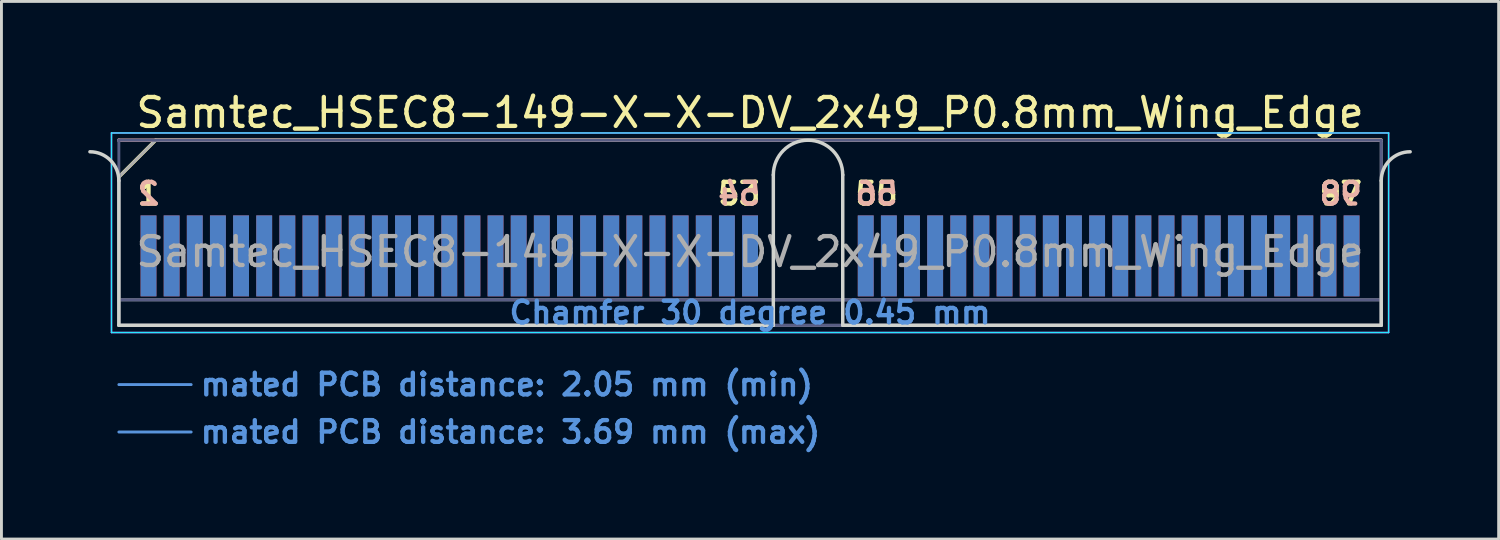
<source format=kicad_pcb>
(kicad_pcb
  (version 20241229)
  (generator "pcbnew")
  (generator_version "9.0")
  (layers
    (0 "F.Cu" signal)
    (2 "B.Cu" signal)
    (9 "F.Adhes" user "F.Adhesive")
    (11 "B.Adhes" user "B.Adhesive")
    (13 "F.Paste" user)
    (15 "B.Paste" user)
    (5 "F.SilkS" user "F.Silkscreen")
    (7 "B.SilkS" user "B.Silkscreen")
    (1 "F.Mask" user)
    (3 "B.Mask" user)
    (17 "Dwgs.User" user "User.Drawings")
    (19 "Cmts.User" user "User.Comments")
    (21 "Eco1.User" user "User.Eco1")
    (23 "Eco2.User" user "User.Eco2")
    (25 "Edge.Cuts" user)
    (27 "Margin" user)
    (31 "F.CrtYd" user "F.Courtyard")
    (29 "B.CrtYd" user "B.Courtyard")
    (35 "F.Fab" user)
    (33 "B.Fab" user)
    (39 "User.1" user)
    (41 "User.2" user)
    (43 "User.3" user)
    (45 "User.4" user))
  (footprint "Samtec_HSEC8-149-X-X-DV_2x49_P0.8mm_Wing_Edge"
    (layer "F.Cu")
    (at 22.885 8.198)
    (property "Reference" "Samtec_HSEC8-149-X-X-DV_2x49_P0.8mm_Wing_Edge" (at 0 -7.35 0) (layer "F.SilkS") (effects (font (size 1 1) (thickness 0.15))))
    (attr exclude_from_pos_files exclude_from_bom)
    (fp_line (start -21.825 -5.13) (end -20.555 -6.4) (stroke (width 0.12) (type solid)) (layer "F.SilkS"))
    (fp_line (start -20.555 -6.4) (end 21.825 -6.4) (stroke (width 0.12) (type solid)) (layer "F.SilkS"))
    (fp_line (start -21.825 -6.4) (end -21.825 -6.4) (stroke (width 0.12) (type solid)) (layer "B.SilkS"))
    (fp_line (start -21.825 -6.4) (end 21.825 -6.4) (stroke (width 0.12) (type solid)) (layer "B.SilkS"))
    (fp_line (start -21.825 2.05) (end -19.325 2.05) (stroke (width 0.1) (type solid)) (layer "Cmts.User"))
    (fp_line (start -21.825 3.69) (end -19.325 3.69) (stroke (width 0.1) (type solid)) (layer "Cmts.User"))
    (fp_line (start -21.825 -5) (end -21.825 0) (stroke (width 0.12) (type solid)) (layer "Edge.Cuts"))
    (fp_line (start -21.825 0) (end 0.805 0) (stroke (width 0.12) (type solid)) (layer "Edge.Cuts"))
    (fp_line (start 0.805 0) (end 0.805 -5.2) (stroke (width 0.12) (type solid)) (layer "Edge.Cuts"))
    (fp_line (start 3.205 -5.2) (end 3.205 0) (stroke (width 0.12) (type solid)) (layer "Edge.Cuts"))
    (fp_line (start 3.205 0) (end 21.825 0) (stroke (width 0.12) (type solid)) (layer "Edge.Cuts"))
    (fp_line (start 21.825 0) (end 21.825 -5) (stroke (width 0.12) (type solid)) (layer "Edge.Cuts"))
    (fp_arc (start -22.825 -6) (mid -22.117893 -5.707107) (end -21.825 -5) (stroke (width 0.12) (type solid)) (layer "Edge.Cuts"))
    (fp_arc (start 0.805 -5.2) (mid 2.005 -6.4) (end 3.205 -5.2) (stroke (width 0.12) (type solid)) (layer "Edge.Cuts"))
    (fp_arc (start 21.825 -5) (mid 22.117893 -5.707107) (end 22.825 -6) (stroke (width 0.12) (type solid)) (layer "Edge.Cuts"))
    (fp_line (start -22.08 -6.65) (end -22.08 0.25) (stroke (width 0.05) (type solid)) (layer "B.CrtYd"))
    (fp_line (start -22.08 0.25) (end 22.08 0.25) (stroke (width 0.05) (type solid)) (layer "B.CrtYd"))
    (fp_line (start 22.08 -6.65) (end -22.08 -6.65) (stroke (width 0.05) (type solid)) (layer "B.CrtYd"))
    (fp_line (start 22.08 0.25) (end 22.08 -6.65) (stroke (width 0.05) (type solid)) (layer "B.CrtYd"))
    (fp_line (start -22.08 -6.65) (end -22.08 0.25) (stroke (width 0.05) (type solid)) (layer "F.CrtYd"))
    (fp_line (start -22.08 0.25) (end 22.08 0.25) (stroke (width 0.05) (type solid)) (layer "F.CrtYd"))
    (fp_line (start 22.08 -6.65) (end -22.08 -6.65) (stroke (width 0.05) (type solid)) (layer "F.CrtYd"))
    (fp_line (start 22.08 0.25) (end 22.08 -6.65) (stroke (width 0.05) (type solid)) (layer "F.CrtYd"))
    (fp_line (start -21.825 -6.4) (end -21.825 -6.4) (stroke (width 0.1) (type solid)) (layer "B.Fab"))
    (fp_line (start -21.825 -6.4) (end -21.825 0) (stroke (width 0.1) (type solid)) (layer "B.Fab"))
    (fp_line (start -21.825 -6.4) (end 21.825 -6.4) (stroke (width 0.1) (type solid)) (layer "B.Fab"))
    (fp_line (start -21.825 -0.88) (end 21.825 -0.88) (stroke (width 0.1) (type solid)) (layer "B.Fab"))
    (fp_line (start -21.825 0) (end 21.825 0) (stroke (width 0.1) (type solid)) (layer "B.Fab"))
    (fp_line (start 21.825 -6.4) (end 21.825 0) (stroke (width 0.1) (type solid)) (layer "B.Fab"))
    (fp_line (start -21.825 -5.13) (end -21.825 0) (stroke (width 0.1) (type solid)) (layer "F.Fab"))
    (fp_line (start -21.825 -5.13) (end -20.555 -6.4) (stroke (width 0.1) (type solid)) (layer "F.Fab"))
    (fp_line (start -21.825 -0.88) (end 21.825 -0.88) (stroke (width 0.1) (type solid)) (layer "F.Fab"))
    (fp_line (start -21.825 0) (end 21.825 0) (stroke (width 0.1) (type solid)) (layer "F.Fab"))
    (fp_line (start -20.555 -6.4) (end 21.825 -6.4) (stroke (width 0.1) (type solid)) (layer "F.Fab"))
    (fp_line (start 21.825 -6.4) (end 21.825 0) (stroke (width 0.1) (type solid)) (layer "F.Fab"))
    (fp_text user "53" (at -0.375 -4.55 0) (layer "F.SilkS") (effects (font (size 0.75 0.75) (thickness 0.15))))
    (fp_text user "1" (at -20.8 -4.55 0) (layer "F.SilkS") (effects (font (size 0.75 0.75) (thickness 0.15))))
    (fp_text user "97" (at 20.425 -4.55 0) (layer "F.SilkS") (effects (font (size 0.75 0.75) (thickness 0.15))))
    (fp_text user "55" (at 4.375 -4.55 0) (layer "F.SilkS") (effects (font (size 0.75 0.75) (thickness 0.15))))
    (fp_text user "56" (at 4.375 -4.55 0) (layer "B.SilkS") (effects (font (size 0.75 0.75) (thickness 0.15)) (justify mirror)))
    (fp_text user "2" (at -20.8 -4.55 0) (layer "B.SilkS") (effects (font (size 0.75 0.75) (thickness 0.15)) (justify mirror)))
    (fp_text user "54" (at -0.375 -4.55 0) (layer "B.SilkS") (effects (font (size 0.75 0.75) (thickness 0.15)) (justify mirror)))
    (fp_text user "98" (at 20.425 -4.55 0) (layer "B.SilkS") (effects (font (size 0.75 0.75) (thickness 0.15)) (justify mirror)))
    (fp_text user "Chamfer 30 degree 0.45 mm" (at 0 -0.44 0) (layer "Cmts.User") (effects (font (size 0.75 0.75) (thickness 0.15))))
    (fp_text user "mated PCB distance: 2.05 mm (min)" (at -19.08 2.05 0) (layer "Cmts.User") (effects (font (size 0.75 0.75) (thickness 0.15)) (justify left)))
    (fp_text user "mated PCB distance: 3.69 mm (max)" (at -19.08 3.69 0) (layer "Cmts.User") (effects (font (size 0.75 0.75) (thickness 0.15)) (justify left)))
    (fp_text user "${REFERENCE}" (at 0 -2.54 0) (layer "F.Fab") (effects (font (size 1 1) (thickness 0.15))))
    (pad "1" connect rect (at -20.8 -2.4) (size 0.55 2.8) (layers "F.Cu" "F.Mask"))
    (pad "2" connect rect (at -20.8 -2.4) (size 0.55 2.8) (layers "B.Cu" "B.Mask"))
    (pad "3" connect rect (at -20 -2.4) (size 0.55 2.8) (layers "F.Cu" "F.Mask"))
    (pad "4" connect rect (at -20 -2.4) (size 0.55 2.8) (layers "B.Cu" "B.Mask"))
    (pad "5" connect rect (at -19.2 -2.4) (size 0.55 2.8) (layers "F.Cu" "F.Mask"))
    (pad "6" connect rect (at -19.2 -2.4) (size 0.55 2.8) (layers "B.Cu" "B.Mask"))
    (pad "7" connect rect (at -18.4 -2.4) (size 0.55 2.8) (layers "F.Cu" "F.Mask"))
    (pad "8" connect rect (at -18.4 -2.4) (size 0.55 2.8) (layers "B.Cu" "B.Mask"))
    (pad "9" connect rect (at -17.6 -2.4) (size 0.55 2.8) (layers "F.Cu" "F.Mask"))
    (pad "10" connect rect (at -17.6 -2.4) (size 0.55 2.8) (layers "B.Cu" "B.Mask"))
    (pad "11" connect rect (at -16.8 -2.4) (size 0.55 2.8) (layers "F.Cu" "F.Mask"))
    (pad "12" connect rect (at -16.8 -2.4) (size 0.55 2.8) (layers "B.Cu" "B.Mask"))
    (pad "13" connect rect (at -16 -2.4) (size 0.55 2.8) (layers "F.Cu" "F.Mask"))
    (pad "14" connect rect (at -16 -2.4) (size 0.55 2.8) (layers "B.Cu" "B.Mask"))
    (pad "15" connect rect (at -15.2 -2.4) (size 0.55 2.8) (layers "F.Cu" "F.Mask"))
    (pad "16" connect rect (at -15.2 -2.4) (size 0.55 2.8) (layers "B.Cu" "B.Mask"))
    (pad "17" connect rect (at -14.4 -2.4) (size 0.55 2.8) (layers "F.Cu" "F.Mask"))
    (pad "18" connect rect (at -14.4 -2.4) (size 0.55 2.8) (layers "B.Cu" "B.Mask"))
    (pad "19" connect rect (at -13.6 -2.4) (size 0.55 2.8) (layers "F.Cu" "F.Mask"))
    (pad "20" connect rect (at -13.6 -2.4) (size 0.55 2.8) (layers "B.Cu" "B.Mask"))
    (pad "21" connect rect (at -12.8 -2.4) (size 0.55 2.8) (layers "F.Cu" "F.Mask"))
    (pad "22" connect rect (at -12.8 -2.4) (size 0.55 2.8) (layers "B.Cu" "B.Mask"))
    (pad "23" connect rect (at -12 -2.4) (size 0.55 2.8) (layers "F.Cu" "F.Mask"))
    (pad "24" connect rect (at -12 -2.4) (size 0.55 2.8) (layers "B.Cu" "B.Mask"))
    (pad "25" connect rect (at -11.2 -2.4) (size 0.55 2.8) (layers "F.Cu" "F.Mask"))
    (pad "26" connect rect (at -11.2 -2.4) (size 0.55 2.8) (layers "B.Cu" "B.Mask"))
    (pad "27" connect rect (at -10.4 -2.4) (size 0.55 2.8) (layers "F.Cu" "F.Mask"))
    (pad "28" connect rect (at -10.4 -2.4) (size 0.55 2.8) (layers "B.Cu" "B.Mask"))
    (pad "29" connect rect (at -9.6 -2.4) (size 0.55 2.8) (layers "F.Cu" "F.Mask"))
    (pad "30" connect rect (at -9.6 -2.4) (size 0.55 2.8) (layers "B.Cu" "B.Mask"))
    (pad "31" connect rect (at -8.8 -2.4) (size 0.55 2.8) (layers "F.Cu" "F.Mask"))
    (pad "32" connect rect (at -8.8 -2.4) (size 0.55 2.8) (layers "B.Cu" "B.Mask"))
    (pad "33" connect rect (at -8 -2.4) (size 0.55 2.8) (layers "F.Cu" "F.Mask"))
    (pad "34" connect rect (at -8 -2.4) (size 0.55 2.8) (layers "B.Cu" "B.Mask"))
    (pad "35" connect rect (at -7.2 -2.4) (size 0.55 2.8) (layers "F.Cu" "F.Mask"))
    (pad "36" connect rect (at -7.2 -2.4) (size 0.55 2.8) (layers "B.Cu" "B.Mask"))
    (pad "37" connect rect (at -6.4 -2.4) (size 0.55 2.8) (layers "F.Cu" "F.Mask"))
    (pad "38" connect rect (at -6.4 -2.4) (size 0.55 2.8) (layers "B.Cu" "B.Mask"))
    (pad "39" connect rect (at -5.6 -2.4) (size 0.55 2.8) (layers "F.Cu" "F.Mask"))
    (pad "40" connect rect (at -5.6 -2.4) (size 0.55 2.8) (layers "B.Cu" "B.Mask"))
    (pad "41" connect rect (at -4.8 -2.4) (size 0.55 2.8) (layers "F.Cu" "F.Mask"))
    (pad "42" connect rect (at -4.8 -2.4) (size 0.55 2.8) (layers "B.Cu" "B.Mask"))
    (pad "43" connect rect (at -4 -2.4) (size 0.55 2.8) (layers "F.Cu" "F.Mask"))
    (pad "44" connect rect (at -4 -2.4) (size 0.55 2.8) (layers "B.Cu" "B.Mask"))
    (pad "45" connect rect (at -3.2 -2.4) (size 0.55 2.8) (layers "F.Cu" "F.Mask"))
    (pad "46" connect rect (at -3.2 -2.4) (size 0.55 2.8) (layers "B.Cu" "B.Mask"))
    (pad "47" connect rect (at -2.4 -2.4) (size 0.55 2.8) (layers "F.Cu" "F.Mask"))
    (pad "48" connect rect (at -2.4 -2.4) (size 0.55 2.8) (layers "B.Cu" "B.Mask"))
    (pad "49" connect rect (at -1.6 -2.4) (size 0.55 2.8) (layers "F.Cu" "F.Mask"))
    (pad "50" connect rect (at -1.6 -2.4) (size 0.55 2.8) (layers "B.Cu" "B.Mask"))
    (pad "51" connect rect (at -0.8 -2.4) (size 0.55 2.8) (layers "F.Cu" "F.Mask"))
    (pad "52" connect rect (at -0.8 -2.4) (size 0.55 2.8) (layers "B.Cu" "B.Mask"))
    (pad "53" connect rect (at 0 -2.4) (size 0.55 2.8) (layers "F.Cu" "F.Mask"))
    (pad "54" connect rect (at 0 -2.4) (size 0.55 2.8) (layers "B.Cu" "B.Mask"))
    (pad "55" connect rect (at 4 -2.4) (size 0.55 2.8) (layers "F.Cu" "F.Mask"))
    (pad "56" connect rect (at 4 -2.4) (size 0.55 2.8) (layers "B.Cu" "B.Mask"))
    (pad "57" connect rect (at 4.8 -2.4) (size 0.55 2.8) (layers "F.Cu" "F.Mask"))
    (pad "58" connect rect (at 4.8 -2.4) (size 0.55 2.8) (layers "B.Cu" "B.Mask"))
    (pad "59" connect rect (at 5.6 -2.4) (size 0.55 2.8) (layers "F.Cu" "F.Mask"))
    (pad "60" connect rect (at 5.6 -2.4) (size 0.55 2.8) (layers "B.Cu" "B.Mask"))
    (pad "61" connect rect (at 6.4 -2.4) (size 0.55 2.8) (layers "F.Cu" "F.Mask"))
    (pad "62" connect rect (at 6.4 -2.4) (size 0.55 2.8) (layers "B.Cu" "B.Mask"))
    (pad "63" connect rect (at 7.2 -2.4) (size 0.55 2.8) (layers "F.Cu" "F.Mask"))
    (pad "64" connect rect (at 7.2 -2.4) (size 0.55 2.8) (layers "B.Cu" "B.Mask"))
    (pad "65" connect rect (at 8 -2.4) (size 0.55 2.8) (layers "F.Cu" "F.Mask"))
    (pad "66" connect rect (at 8 -2.4) (size 0.55 2.8) (layers "B.Cu" "B.Mask"))
    (pad "67" connect rect (at 8.8 -2.4) (size 0.55 2.8) (layers "F.Cu" "F.Mask"))
    (pad "68" connect rect (at 8.8 -2.4) (size 0.55 2.8) (layers "B.Cu" "B.Mask"))
    (pad "69" connect rect (at 9.6 -2.4) (size 0.55 2.8) (layers "F.Cu" "F.Mask"))
    (pad "70" connect rect (at 9.6 -2.4) (size 0.55 2.8) (layers "B.Cu" "B.Mask"))
    (pad "71" connect rect (at 10.4 -2.4) (size 0.55 2.8) (layers "F.Cu" "F.Mask"))
    (pad "72" connect rect (at 10.4 -2.4) (size 0.55 2.8) (layers "B.Cu" "B.Mask"))
    (pad "73" connect rect (at 11.2 -2.4) (size 0.55 2.8) (layers "F.Cu" "F.Mask"))
    (pad "74" connect rect (at 11.2 -2.4) (size 0.55 2.8) (layers "B.Cu" "B.Mask"))
    (pad "75" connect rect (at 12 -2.4) (size 0.55 2.8) (layers "F.Cu" "F.Mask"))
    (pad "76" connect rect (at 12 -2.4) (size 0.55 2.8) (layers "B.Cu" "B.Mask"))
    (pad "77" connect rect (at 12.8 -2.4) (size 0.55 2.8) (layers "F.Cu" "F.Mask"))
    (pad "78" connect rect (at 12.8 -2.4) (size 0.55 2.8) (layers "B.Cu" "B.Mask"))
    (pad "79" connect rect (at 13.6 -2.4) (size 0.55 2.8) (layers "F.Cu" "F.Mask"))
    (pad "80" connect rect (at 13.6 -2.4) (size 0.55 2.8) (layers "B.Cu" "B.Mask"))
    (pad "81" connect rect (at 14.4 -2.4) (size 0.55 2.8) (layers "F.Cu" "F.Mask"))
    (pad "82" connect rect (at 14.4 -2.4) (size 0.55 2.8) (layers "B.Cu" "B.Mask"))
    (pad "83" connect rect (at 15.2 -2.4) (size 0.55 2.8) (layers "F.Cu" "F.Mask"))
    (pad "84" connect rect (at 15.2 -2.4) (size 0.55 2.8) (layers "B.Cu" "B.Mask"))
    (pad "85" connect rect (at 16 -2.4) (size 0.55 2.8) (layers "F.Cu" "F.Mask"))
    (pad "86" connect rect (at 16 -2.4) (size 0.55 2.8) (layers "B.Cu" "B.Mask"))
    (pad "87" connect rect (at 16.8 -2.4) (size 0.55 2.8) (layers "F.Cu" "F.Mask"))
    (pad "88" connect rect (at 16.8 -2.4) (size 0.55 2.8) (layers "B.Cu" "B.Mask"))
    (pad "89" connect rect (at 17.6 -2.4) (size 0.55 2.8) (layers "F.Cu" "F.Mask"))
    (pad "90" connect rect (at 17.6 -2.4) (size 0.55 2.8) (layers "B.Cu" "B.Mask"))
    (pad "91" connect rect (at 18.4 -2.4) (size 0.55 2.8) (layers "F.Cu" "F.Mask"))
    (pad "92" connect rect (at 18.4 -2.4) (size 0.55 2.8) (layers "B.Cu" "B.Mask"))
    (pad "93" connect rect (at 19.2 -2.4) (size 0.55 2.8) (layers "F.Cu" "F.Mask"))
    (pad "94" connect rect (at 19.2 -2.4) (size 0.55 2.8) (layers "B.Cu" "B.Mask"))
    (pad "95" connect rect (at 20 -2.4) (size 0.55 2.8) (layers "F.Cu" "F.Mask"))
    (pad "96" connect rect (at 20 -2.4) (size 0.55 2.8) (layers "B.Cu" "B.Mask"))
    (pad "97" connect rect (at 20.8 -2.4) (size 0.55 2.8) (layers "F.Cu" "F.Mask"))
    (pad "98" connect rect (at 20.8 -2.4) (size 0.55 2.8) (layers "B.Cu" "B.Mask")))
  (gr_rect
    (start -3 -3)
    (end 48.77 15.59)
    (stroke (width 0.1) (type default))
    (fill no)
    (layer "Edge.Cuts")))
</source>
